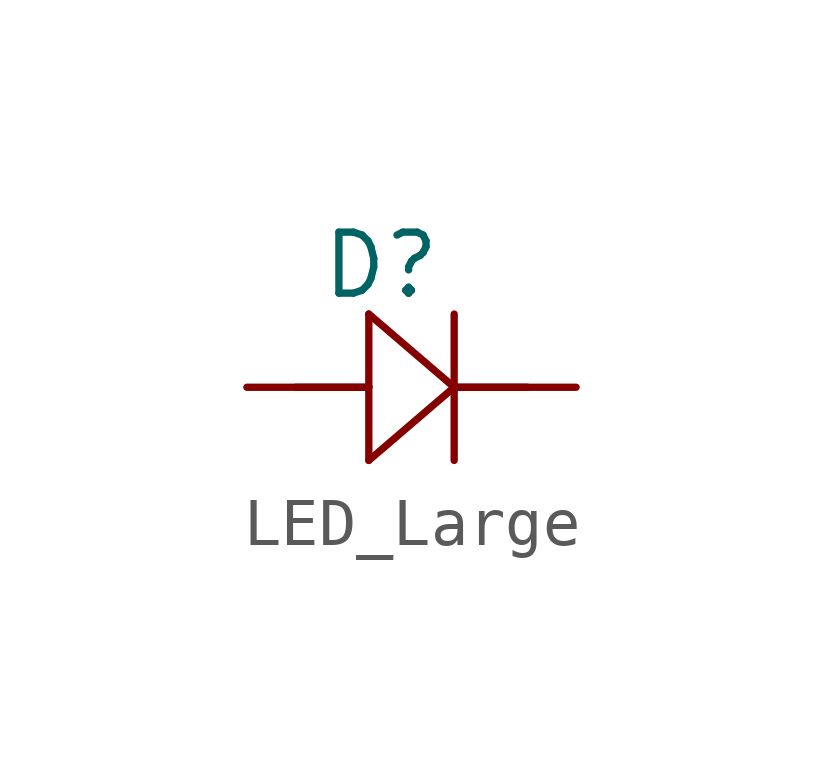
<source format=kicad_sym>
(kicad_symbol_lib
  (version 20220914)
  (generator kicad_symbol_editor)
  (symbol "LED_Large"
    (property "Reference" "D"
      (at -1.27 2.54 0)
      (effects (font (size 1.27 1.27))))
    (property "Value" ""
      (at 0 0 0)
      (effects (font (size 1.27 1.27))))
    (symbol "LED_Large_0_1"
      (polyline (pts (xy -3.048 0) (xy -1.524 0)) (stroke (width 0) (type default)) (fill (type none)))
      (polyline (pts (xy -1.524 1.524) (xy -1.524 -1.524)) (stroke (width 0) (type default)) (fill (type none)))
      (polyline (pts (xy 0.254 0) (xy 1.778 0)) (stroke (width 0) (type default)) (fill (type none)))
      (polyline (pts (xy 0.254 1.524) (xy 0.254 -1.524)) (stroke (width 0) (type default)) (fill (type none)))
      (polyline (pts (xy -1.524 -1.524) (xy 0.254 0) (xy -1.524 1.524)) (stroke (width 0) (type default)) (fill (type none))))
    (symbol "LED_Large_1_1"
      (pin input line (at -4.064 0 0) (length 2.54) (name "" (effects (font (size 1.27 1.27)))) (number "" (effects (font (size 1.27 1.27)))))
      (pin output line (at 2.794 0 180) (length 2.54) (name "" (effects (font (size 1.27 1.27)))) (number "" (effects (font (size 1.27 1.27))))))))
</source>
